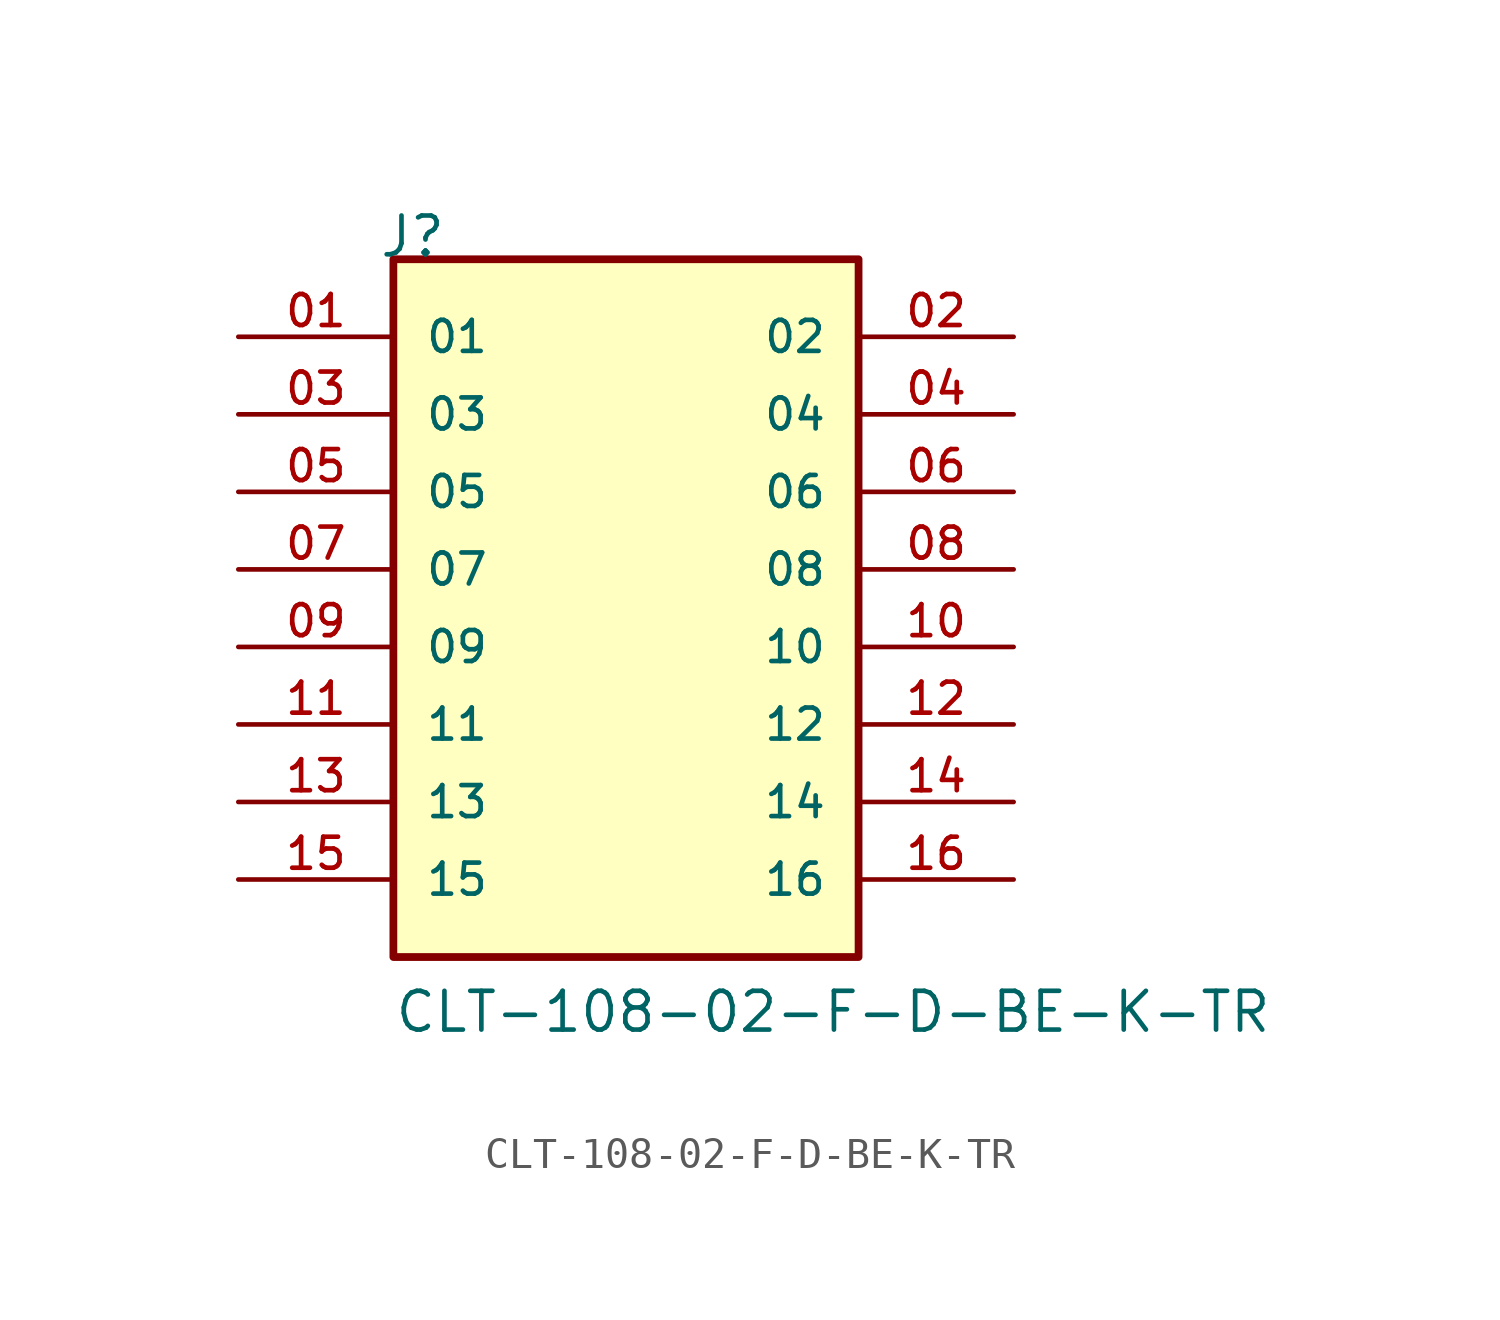
<source format=kicad_sym>
(kicad_symbol_lib
  (version 20211014)
  (generator kicad_symbol_editor)
  (symbol "CLT-108-02-F-D-BE-K-TR"
    (pin_names
      (offset 1.016))
    (property "Reference" "J"
      (at -8.12 12.7 0)
      (effects (font (size 1.27 1.27)) (justify bottom left)))
    (property "Value" "CLT-108-02-F-D-BE-K-TR"
      (at -7.62 -12.7 0)
      (effects (font (size 1.27 1.27)) (justify bottom left)))
    (symbol "CLT-108-02-F-D-BE-K-TR_0_0"
      (rectangle (start -7.62 -10.16) (end 7.62 12.7) (stroke (width 0.254)) (fill (type background)))
      (pin passive line (at -12.7 10.16 0) (length 5.08) (name "01" (effects (font (size 1.016 1.016)))) (number "01" (effects (font (size 1.016 1.016)))))
      (pin passive line (at 12.7 10.16 180.0) (length 5.08) (name "02" (effects (font (size 1.016 1.016)))) (number "02" (effects (font (size 1.016 1.016)))))
      (pin passive line (at -12.7 7.62 0) (length 5.08) (name "03" (effects (font (size 1.016 1.016)))) (number "03" (effects (font (size 1.016 1.016)))))
      (pin passive line (at 12.7 7.62 180.0) (length 5.08) (name "04" (effects (font (size 1.016 1.016)))) (number "04" (effects (font (size 1.016 1.016)))))
      (pin passive line (at -12.7 5.08 0) (length 5.08) (name "05" (effects (font (size 1.016 1.016)))) (number "05" (effects (font (size 1.016 1.016)))))
      (pin passive line (at 12.7 5.08 180.0) (length 5.08) (name "06" (effects (font (size 1.016 1.016)))) (number "06" (effects (font (size 1.016 1.016)))))
      (pin passive line (at -12.7 2.54 0) (length 5.08) (name "07" (effects (font (size 1.016 1.016)))) (number "07" (effects (font (size 1.016 1.016)))))
      (pin passive line (at 12.7 2.54 180.0) (length 5.08) (name "08" (effects (font (size 1.016 1.016)))) (number "08" (effects (font (size 1.016 1.016)))))
      (pin passive line (at -12.7 0.0 0) (length 5.08) (name "09" (effects (font (size 1.016 1.016)))) (number "09" (effects (font (size 1.016 1.016)))))
      (pin passive line (at 12.7 0.0 180.0) (length 5.08) (name "10" (effects (font (size 1.016 1.016)))) (number "10" (effects (font (size 1.016 1.016)))))
      (pin passive line (at -12.7 -2.54 0) (length 5.08) (name "11" (effects (font (size 1.016 1.016)))) (number "11" (effects (font (size 1.016 1.016)))))
      (pin passive line (at 12.7 -2.54 180.0) (length 5.08) (name "12" (effects (font (size 1.016 1.016)))) (number "12" (effects (font (size 1.016 1.016)))))
      (pin passive line (at -12.7 -5.08 0) (length 5.08) (name "13" (effects (font (size 1.016 1.016)))) (number "13" (effects (font (size 1.016 1.016)))))
      (pin passive line (at 12.7 -5.08 180.0) (length 5.08) (name "14" (effects (font (size 1.016 1.016)))) (number "14" (effects (font (size 1.016 1.016)))))
      (pin passive line (at -12.7 -7.62 0) (length 5.08) (name "15" (effects (font (size 1.016 1.016)))) (number "15" (effects (font (size 1.016 1.016)))))
      (pin passive line (at 12.7 -7.62 180.0) (length 5.08) (name "16" (effects (font (size 1.016 1.016)))) (number "16" (effects (font (size 1.016 1.016))))))))
</source>
